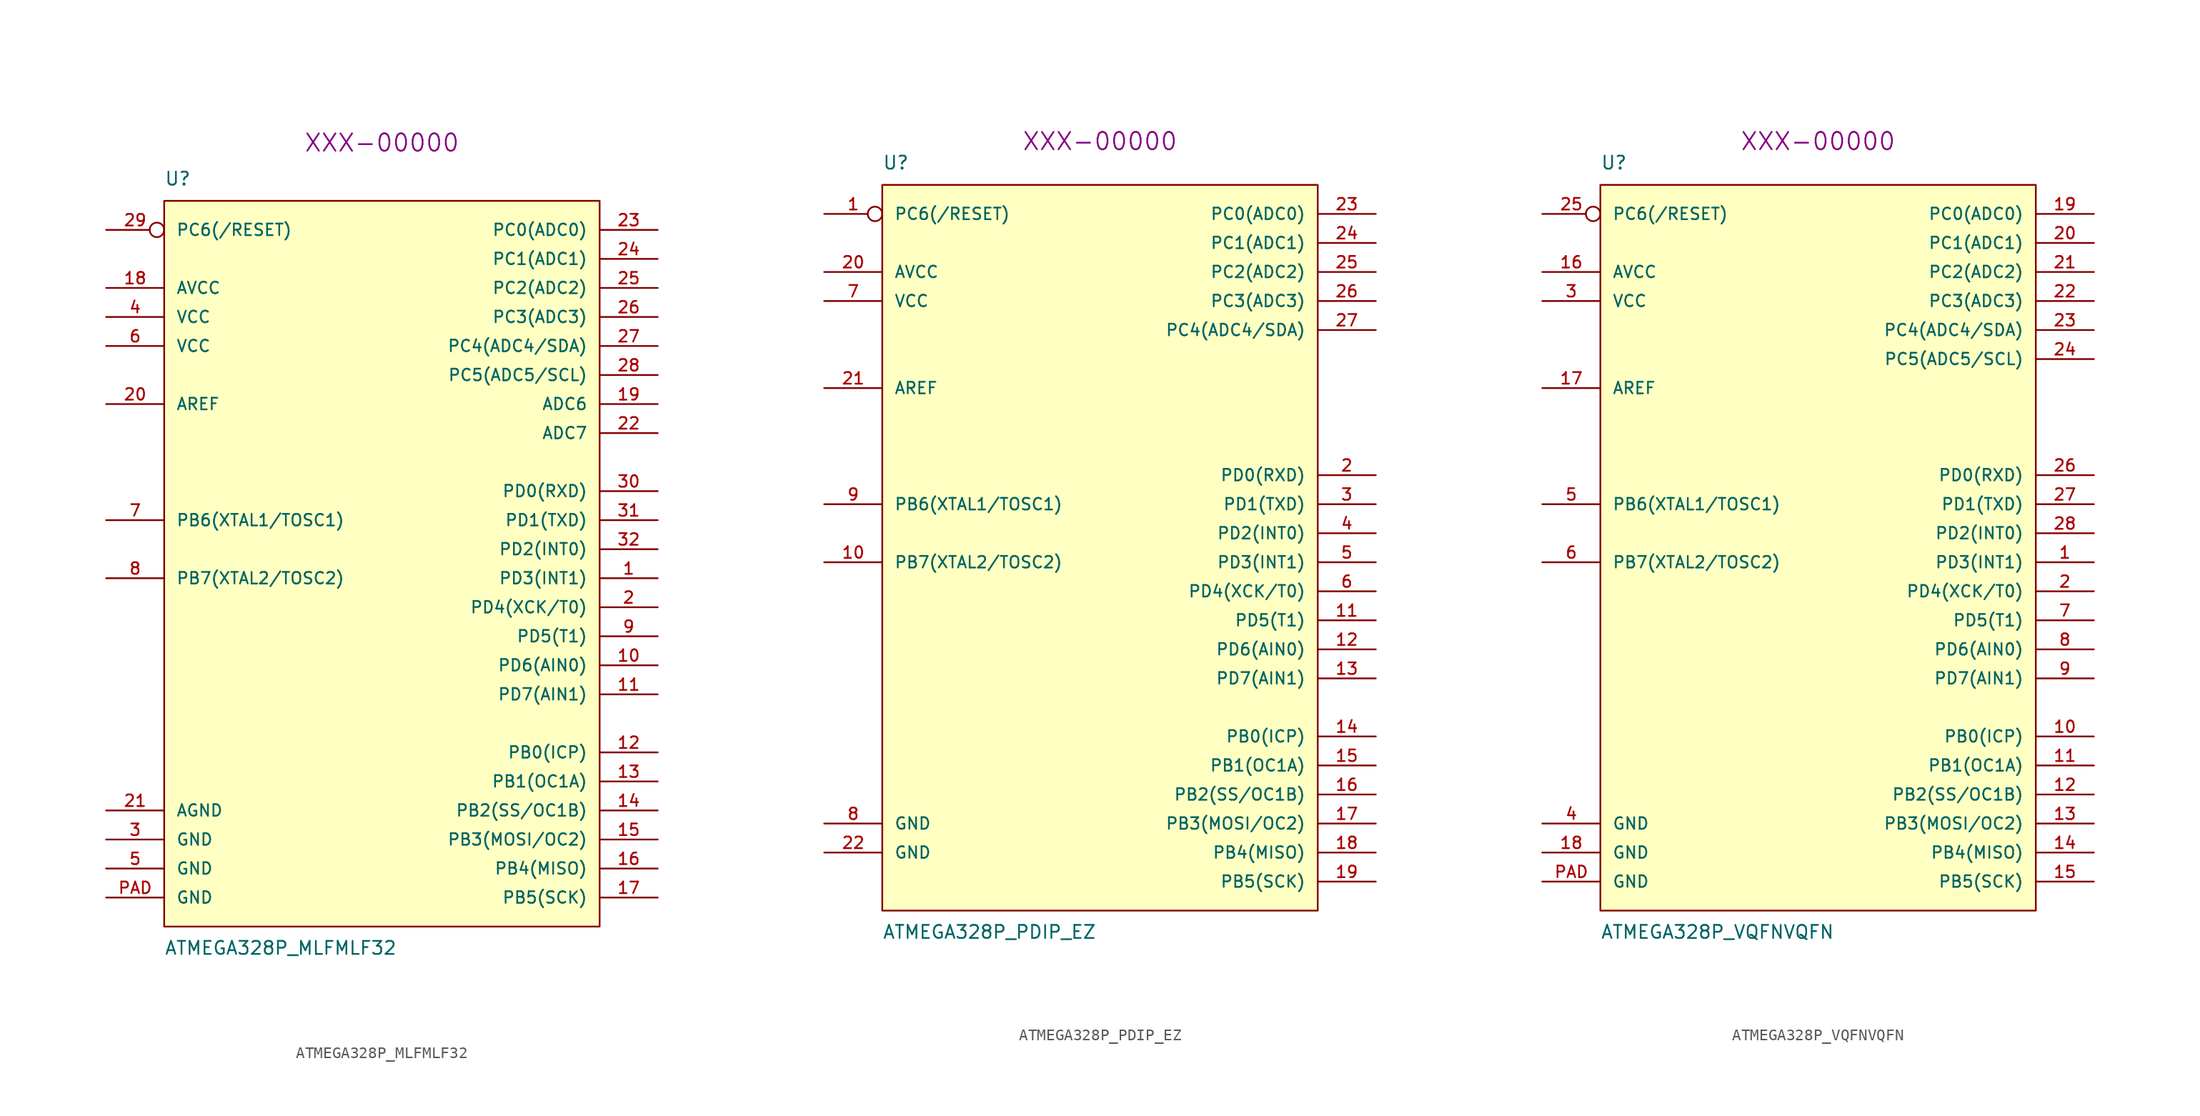
<source format=kicad_sym>
(kicad_symbol_lib
  (version 20220914)
  (generator kicad_symbol_editor)
  (symbol "ATMEGA328P_MLFMLF32"
    (pin_names
      (offset 1.016))
    (property "Reference" "U"
      (at -19.05 33.02 0)
      (effects (font (size 1.143 1.143)) (justify left bottom)))
    (property "Value" "ATMEGA328P_MLFMLF32"
      (at -19.05 -34.29 0)
      (effects (font (size 1.143 1.143)) (justify left bottom)))
    (property "PROD_ID" "XXX-00000"
      (at 0 36.83 0)
      (effects (font (size 1.524 1.524))))
    (property "ki_locked" ""
      (at 0 0 0)
      (effects (font (size 1.27 1.27))))
    (symbol "ATMEGA328P_MLFMLF32_1_1"
      (polyline (pts (xy -19.05 31.75) (xy 19.05 31.75) (xy 19.05 -31.75) (xy -19.05 -31.75) (xy -19.05 31.75)) (stroke (width 0) (type solid)) (fill (type background)))
      (pin bidirectional line (at 24.13 -1.27 180) (length 5.08) (name "PD3(INT1)" (effects (font (size 1.016 1.016)))) (number "1" (effects (font (size 1.016 1.016)))))
      (pin bidirectional line (at 24.13 -8.89 180) (length 5.08) (name "PD6(AIN0)" (effects (font (size 1.016 1.016)))) (number "10" (effects (font (size 1.016 1.016)))))
      (pin bidirectional line (at 24.13 -11.43 180) (length 5.08) (name "PD7(AIN1)" (effects (font (size 1.016 1.016)))) (number "11" (effects (font (size 1.016 1.016)))))
      (pin bidirectional line (at 24.13 -16.51 180) (length 5.08) (name "PB0(ICP)" (effects (font (size 1.016 1.016)))) (number "12" (effects (font (size 1.016 1.016)))))
      (pin bidirectional line (at 24.13 -19.05 180) (length 5.08) (name "PB1(OC1A)" (effects (font (size 1.016 1.016)))) (number "13" (effects (font (size 1.016 1.016)))))
      (pin bidirectional line (at 24.13 -21.59 180) (length 5.08) (name "PB2(SS/OC1B)" (effects (font (size 1.016 1.016)))) (number "14" (effects (font (size 1.016 1.016)))))
      (pin bidirectional line (at 24.13 -24.13 180) (length 5.08) (name "PB3(MOSI/OC2)" (effects (font (size 1.016 1.016)))) (number "15" (effects (font (size 1.016 1.016)))))
      (pin bidirectional line (at 24.13 -26.67 180) (length 5.08) (name "PB4(MISO)" (effects (font (size 1.016 1.016)))) (number "16" (effects (font (size 1.016 1.016)))))
      (pin bidirectional line (at 24.13 -29.21 180) (length 5.08) (name "PB5(SCK)" (effects (font (size 1.016 1.016)))) (number "17" (effects (font (size 1.016 1.016)))))
      (pin bidirectional line (at -24.13 24.13 0) (length 5.08) (name "AVCC" (effects (font (size 1.016 1.016)))) (number "18" (effects (font (size 1.016 1.016)))))
      (pin bidirectional line (at 24.13 13.97 180) (length 5.08) (name "ADC6" (effects (font (size 1.016 1.016)))) (number "19" (effects (font (size 1.016 1.016)))))
      (pin bidirectional line (at 24.13 -3.81 180) (length 5.08) (name "PD4(XCK/T0)" (effects (font (size 1.016 1.016)))) (number "2" (effects (font (size 1.016 1.016)))))
      (pin bidirectional line (at -24.13 13.97 0) (length 5.08) (name "AREF" (effects (font (size 1.016 1.016)))) (number "20" (effects (font (size 1.016 1.016)))))
      (pin bidirectional line (at -24.13 -21.59 0) (length 5.08) (name "AGND" (effects (font (size 1.016 1.016)))) (number "21" (effects (font (size 1.016 1.016)))))
      (pin bidirectional line (at 24.13 11.43 180) (length 5.08) (name "ADC7" (effects (font (size 1.016 1.016)))) (number "22" (effects (font (size 1.016 1.016)))))
      (pin bidirectional line (at 24.13 29.21 180) (length 5.08) (name "PC0(ADC0)" (effects (font (size 1.016 1.016)))) (number "23" (effects (font (size 1.016 1.016)))))
      (pin bidirectional line (at 24.13 26.67 180) (length 5.08) (name "PC1(ADC1)" (effects (font (size 1.016 1.016)))) (number "24" (effects (font (size 1.016 1.016)))))
      (pin bidirectional line (at 24.13 24.13 180) (length 5.08) (name "PC2(ADC2)" (effects (font (size 1.016 1.016)))) (number "25" (effects (font (size 1.016 1.016)))))
      (pin bidirectional line (at 24.13 21.59 180) (length 5.08) (name "PC3(ADC3)" (effects (font (size 1.016 1.016)))) (number "26" (effects (font (size 1.016 1.016)))))
      (pin bidirectional line (at 24.13 19.05 180) (length 5.08) (name "PC4(ADC4/SDA)" (effects (font (size 1.016 1.016)))) (number "27" (effects (font (size 1.016 1.016)))))
      (pin bidirectional line (at 24.13 16.51 180) (length 5.08) (name "PC5(ADC5/SCL)" (effects (font (size 1.016 1.016)))) (number "28" (effects (font (size 1.016 1.016)))))
      (pin bidirectional inverted (at -24.13 29.21 0) (length 5.08) (name "PC6(/RESET)" (effects (font (size 1.016 1.016)))) (number "29" (effects (font (size 1.016 1.016)))))
      (pin bidirectional line (at -24.13 -24.13 0) (length 5.08) (name "GND" (effects (font (size 1.016 1.016)))) (number "3" (effects (font (size 1.016 1.016)))))
      (pin bidirectional line (at 24.13 6.35 180) (length 5.08) (name "PD0(RXD)" (effects (font (size 1.016 1.016)))) (number "30" (effects (font (size 1.016 1.016)))))
      (pin bidirectional line (at 24.13 3.81 180) (length 5.08) (name "PD1(TXD)" (effects (font (size 1.016 1.016)))) (number "31" (effects (font (size 1.016 1.016)))))
      (pin bidirectional line (at 24.13 1.27 180) (length 5.08) (name "PD2(INT0)" (effects (font (size 1.016 1.016)))) (number "32" (effects (font (size 1.016 1.016)))))
      (pin bidirectional line (at -24.13 21.59 0) (length 5.08) (name "VCC" (effects (font (size 1.016 1.016)))) (number "4" (effects (font (size 1.016 1.016)))))
      (pin bidirectional line (at -24.13 -26.67 0) (length 5.08) (name "GND" (effects (font (size 1.016 1.016)))) (number "5" (effects (font (size 1.016 1.016)))))
      (pin bidirectional line (at -24.13 19.05 0) (length 5.08) (name "VCC" (effects (font (size 1.016 1.016)))) (number "6" (effects (font (size 1.016 1.016)))))
      (pin bidirectional line (at -24.13 3.81 0) (length 5.08) (name "PB6(XTAL1/TOSC1)" (effects (font (size 1.016 1.016)))) (number "7" (effects (font (size 1.016 1.016)))))
      (pin bidirectional line (at -24.13 -1.27 0) (length 5.08) (name "PB7(XTAL2/TOSC2)" (effects (font (size 1.016 1.016)))) (number "8" (effects (font (size 1.016 1.016)))))
      (pin bidirectional line (at 24.13 -6.35 180) (length 5.08) (name "PD5(T1)" (effects (font (size 1.016 1.016)))) (number "9" (effects (font (size 1.016 1.016)))))
      (pin bidirectional line (at -24.13 -29.21 0) (length 5.08) (name "GND" (effects (font (size 1.016 1.016)))) (number "PAD" (effects (font (size 1.016 1.016)))))))
  (symbol "ATMEGA328P_PDIP_EZ"
    (pin_names
      (offset 1.016))
    (property "Reference" "U"
      (at -19.05 33.02 0)
      (effects (font (size 1.143 1.143)) (justify left bottom)))
    (property "Value" "ATMEGA328P_PDIP_EZ"
      (at -19.05 -34.29 0)
      (effects (font (size 1.143 1.143)) (justify left bottom)))
    (property "Field4" "XXX-00000"
      (at 0 35.56 0)
      (effects (font (size 1.524 1.524))))
    (property "ki_locked" ""
      (at 0 0 0)
      (effects (font (size 1.27 1.27))))
    (symbol "ATMEGA328P_PDIP_EZ_1_1"
      (polyline (pts (xy -19.05 31.75) (xy 19.05 31.75) (xy 19.05 -31.75) (xy -19.05 -31.75) (xy -19.05 31.75)) (stroke (width 0) (type solid)) (fill (type background)))
      (pin bidirectional inverted (at -24.13 29.21 0) (length 5.08) (name "PC6(/RESET)" (effects (font (size 1.016 1.016)))) (number "1" (effects (font (size 1.016 1.016)))))
      (pin bidirectional line (at -24.13 -1.27 0) (length 5.08) (name "PB7(XTAL2/TOSC2)" (effects (font (size 1.016 1.016)))) (number "10" (effects (font (size 1.016 1.016)))))
      (pin bidirectional line (at 24.13 -6.35 180) (length 5.08) (name "PD5(T1)" (effects (font (size 1.016 1.016)))) (number "11" (effects (font (size 1.016 1.016)))))
      (pin bidirectional line (at 24.13 -8.89 180) (length 5.08) (name "PD6(AIN0)" (effects (font (size 1.016 1.016)))) (number "12" (effects (font (size 1.016 1.016)))))
      (pin bidirectional line (at 24.13 -11.43 180) (length 5.08) (name "PD7(AIN1)" (effects (font (size 1.016 1.016)))) (number "13" (effects (font (size 1.016 1.016)))))
      (pin bidirectional line (at 24.13 -16.51 180) (length 5.08) (name "PB0(ICP)" (effects (font (size 1.016 1.016)))) (number "14" (effects (font (size 1.016 1.016)))))
      (pin bidirectional line (at 24.13 -19.05 180) (length 5.08) (name "PB1(OC1A)" (effects (font (size 1.016 1.016)))) (number "15" (effects (font (size 1.016 1.016)))))
      (pin bidirectional line (at 24.13 -21.59 180) (length 5.08) (name "PB2(SS/OC1B)" (effects (font (size 1.016 1.016)))) (number "16" (effects (font (size 1.016 1.016)))))
      (pin bidirectional line (at 24.13 -24.13 180) (length 5.08) (name "PB3(MOSI/OC2)" (effects (font (size 1.016 1.016)))) (number "17" (effects (font (size 1.016 1.016)))))
      (pin bidirectional line (at 24.13 -26.67 180) (length 5.08) (name "PB4(MISO)" (effects (font (size 1.016 1.016)))) (number "18" (effects (font (size 1.016 1.016)))))
      (pin bidirectional line (at 24.13 -29.21 180) (length 5.08) (name "PB5(SCK)" (effects (font (size 1.016 1.016)))) (number "19" (effects (font (size 1.016 1.016)))))
      (pin bidirectional line (at 24.13 6.35 180) (length 5.08) (name "PD0(RXD)" (effects (font (size 1.016 1.016)))) (number "2" (effects (font (size 1.016 1.016)))))
      (pin bidirectional line (at -24.13 24.13 0) (length 5.08) (name "AVCC" (effects (font (size 1.016 1.016)))) (number "20" (effects (font (size 1.016 1.016)))))
      (pin bidirectional line (at -24.13 13.97 0) (length 5.08) (name "AREF" (effects (font (size 1.016 1.016)))) (number "21" (effects (font (size 1.016 1.016)))))
      (pin bidirectional line (at -24.13 -26.67 0) (length 5.08) (name "GND" (effects (font (size 1.016 1.016)))) (number "22" (effects (font (size 1.016 1.016)))))
      (pin bidirectional line (at 24.13 29.21 180) (length 5.08) (name "PC0(ADC0)" (effects (font (size 1.016 1.016)))) (number "23" (effects (font (size 1.016 1.016)))))
      (pin bidirectional line (at 24.13 26.67 180) (length 5.08) (name "PC1(ADC1)" (effects (font (size 1.016 1.016)))) (number "24" (effects (font (size 1.016 1.016)))))
      (pin bidirectional line (at 24.13 24.13 180) (length 5.08) (name "PC2(ADC2)" (effects (font (size 1.016 1.016)))) (number "25" (effects (font (size 1.016 1.016)))))
      (pin bidirectional line (at 24.13 21.59 180) (length 5.08) (name "PC3(ADC3)" (effects (font (size 1.016 1.016)))) (number "26" (effects (font (size 1.016 1.016)))))
      (pin bidirectional line (at 24.13 19.05 180) (length 5.08) (name "PC4(ADC4/SDA)" (effects (font (size 1.016 1.016)))) (number "27" (effects (font (size 1.016 1.016)))))
      (pin bidirectional line (at 24.13 3.81 180) (length 5.08) (name "PD1(TXD)" (effects (font (size 1.016 1.016)))) (number "3" (effects (font (size 1.016 1.016)))))
      (pin bidirectional line (at 24.13 1.27 180) (length 5.08) (name "PD2(INT0)" (effects (font (size 1.016 1.016)))) (number "4" (effects (font (size 1.016 1.016)))))
      (pin bidirectional line (at 24.13 -1.27 180) (length 5.08) (name "PD3(INT1)" (effects (font (size 1.016 1.016)))) (number "5" (effects (font (size 1.016 1.016)))))
      (pin bidirectional line (at 24.13 -3.81 180) (length 5.08) (name "PD4(XCK/T0)" (effects (font (size 1.016 1.016)))) (number "6" (effects (font (size 1.016 1.016)))))
      (pin bidirectional line (at -24.13 21.59 0) (length 5.08) (name "VCC" (effects (font (size 1.016 1.016)))) (number "7" (effects (font (size 1.016 1.016)))))
      (pin bidirectional line (at -24.13 -24.13 0) (length 5.08) (name "GND" (effects (font (size 1.016 1.016)))) (number "8" (effects (font (size 1.016 1.016)))))
      (pin bidirectional line (at -24.13 3.81 0) (length 5.08) (name "PB6(XTAL1/TOSC1)" (effects (font (size 1.016 1.016)))) (number "9" (effects (font (size 1.016 1.016)))))))
  (symbol "ATMEGA328P_VQFNVQFN"
    (pin_names
      (offset 1.016))
    (property "Reference" "U"
      (at -19.05 33.02 0)
      (effects (font (size 1.143 1.143)) (justify left bottom)))
    (property "Value" "ATMEGA328P_VQFNVQFN"
      (at -19.05 -34.29 0)
      (effects (font (size 1.143 1.143)) (justify left bottom)))
    (property "Field4" "XXX-00000"
      (at 0 35.56 0)
      (effects (font (size 1.524 1.524))))
    (property "ki_locked" ""
      (at 0 0 0)
      (effects (font (size 1.27 1.27))))
    (symbol "ATMEGA328P_VQFNVQFN_1_1"
      (polyline (pts (xy -19.05 31.75) (xy 19.05 31.75) (xy 19.05 -31.75) (xy -19.05 -31.75) (xy -19.05 31.75)) (stroke (width 0) (type solid)) (fill (type background)))
      (pin bidirectional line (at 24.13 -1.27 180) (length 5.08) (name "PD3(INT1)" (effects (font (size 1.016 1.016)))) (number "1" (effects (font (size 1.016 1.016)))))
      (pin bidirectional line (at 24.13 -16.51 180) (length 5.08) (name "PB0(ICP)" (effects (font (size 1.016 1.016)))) (number "10" (effects (font (size 1.016 1.016)))))
      (pin bidirectional line (at 24.13 -19.05 180) (length 5.08) (name "PB1(OC1A)" (effects (font (size 1.016 1.016)))) (number "11" (effects (font (size 1.016 1.016)))))
      (pin bidirectional line (at 24.13 -21.59 180) (length 5.08) (name "PB2(SS/OC1B)" (effects (font (size 1.016 1.016)))) (number "12" (effects (font (size 1.016 1.016)))))
      (pin bidirectional line (at 24.13 -24.13 180) (length 5.08) (name "PB3(MOSI/OC2)" (effects (font (size 1.016 1.016)))) (number "13" (effects (font (size 1.016 1.016)))))
      (pin bidirectional line (at 24.13 -26.67 180) (length 5.08) (name "PB4(MISO)" (effects (font (size 1.016 1.016)))) (number "14" (effects (font (size 1.016 1.016)))))
      (pin bidirectional line (at 24.13 -29.21 180) (length 5.08) (name "PB5(SCK)" (effects (font (size 1.016 1.016)))) (number "15" (effects (font (size 1.016 1.016)))))
      (pin bidirectional line (at -24.13 24.13 0) (length 5.08) (name "AVCC" (effects (font (size 1.016 1.016)))) (number "16" (effects (font (size 1.016 1.016)))))
      (pin bidirectional line (at -24.13 13.97 0) (length 5.08) (name "AREF" (effects (font (size 1.016 1.016)))) (number "17" (effects (font (size 1.016 1.016)))))
      (pin bidirectional line (at -24.13 -26.67 0) (length 5.08) (name "GND" (effects (font (size 1.016 1.016)))) (number "18" (effects (font (size 1.016 1.016)))))
      (pin bidirectional line (at 24.13 29.21 180) (length 5.08) (name "PC0(ADC0)" (effects (font (size 1.016 1.016)))) (number "19" (effects (font (size 1.016 1.016)))))
      (pin bidirectional line (at 24.13 -3.81 180) (length 5.08) (name "PD4(XCK/T0)" (effects (font (size 1.016 1.016)))) (number "2" (effects (font (size 1.016 1.016)))))
      (pin bidirectional line (at 24.13 26.67 180) (length 5.08) (name "PC1(ADC1)" (effects (font (size 1.016 1.016)))) (number "20" (effects (font (size 1.016 1.016)))))
      (pin bidirectional line (at 24.13 24.13 180) (length 5.08) (name "PC2(ADC2)" (effects (font (size 1.016 1.016)))) (number "21" (effects (font (size 1.016 1.016)))))
      (pin bidirectional line (at 24.13 21.59 180) (length 5.08) (name "PC3(ADC3)" (effects (font (size 1.016 1.016)))) (number "22" (effects (font (size 1.016 1.016)))))
      (pin bidirectional line (at 24.13 19.05 180) (length 5.08) (name "PC4(ADC4/SDA)" (effects (font (size 1.016 1.016)))) (number "23" (effects (font (size 1.016 1.016)))))
      (pin bidirectional line (at 24.13 16.51 180) (length 5.08) (name "PC5(ADC5/SCL)" (effects (font (size 1.016 1.016)))) (number "24" (effects (font (size 1.016 1.016)))))
      (pin bidirectional inverted (at -24.13 29.21 0) (length 5.08) (name "PC6(/RESET)" (effects (font (size 1.016 1.016)))) (number "25" (effects (font (size 1.016 1.016)))))
      (pin bidirectional line (at 24.13 6.35 180) (length 5.08) (name "PD0(RXD)" (effects (font (size 1.016 1.016)))) (number "26" (effects (font (size 1.016 1.016)))))
      (pin bidirectional line (at 24.13 3.81 180) (length 5.08) (name "PD1(TXD)" (effects (font (size 1.016 1.016)))) (number "27" (effects (font (size 1.016 1.016)))))
      (pin bidirectional line (at 24.13 1.27 180) (length 5.08) (name "PD2(INT0)" (effects (font (size 1.016 1.016)))) (number "28" (effects (font (size 1.016 1.016)))))
      (pin bidirectional line (at -24.13 21.59 0) (length 5.08) (name "VCC" (effects (font (size 1.016 1.016)))) (number "3" (effects (font (size 1.016 1.016)))))
      (pin bidirectional line (at -24.13 -24.13 0) (length 5.08) (name "GND" (effects (font (size 1.016 1.016)))) (number "4" (effects (font (size 1.016 1.016)))))
      (pin bidirectional line (at -24.13 3.81 0) (length 5.08) (name "PB6(XTAL1/TOSC1)" (effects (font (size 1.016 1.016)))) (number "5" (effects (font (size 1.016 1.016)))))
      (pin bidirectional line (at -24.13 -1.27 0) (length 5.08) (name "PB7(XTAL2/TOSC2)" (effects (font (size 1.016 1.016)))) (number "6" (effects (font (size 1.016 1.016)))))
      (pin bidirectional line (at 24.13 -6.35 180) (length 5.08) (name "PD5(T1)" (effects (font (size 1.016 1.016)))) (number "7" (effects (font (size 1.016 1.016)))))
      (pin bidirectional line (at 24.13 -8.89 180) (length 5.08) (name "PD6(AIN0)" (effects (font (size 1.016 1.016)))) (number "8" (effects (font (size 1.016 1.016)))))
      (pin bidirectional line (at 24.13 -11.43 180) (length 5.08) (name "PD7(AIN1)" (effects (font (size 1.016 1.016)))) (number "9" (effects (font (size 1.016 1.016)))))
      (pin bidirectional line (at -24.13 -29.21 0) (length 5.08) (name "GND" (effects (font (size 1.016 1.016)))) (number "PAD" (effects (font (size 1.016 1.016))))))))
</source>
